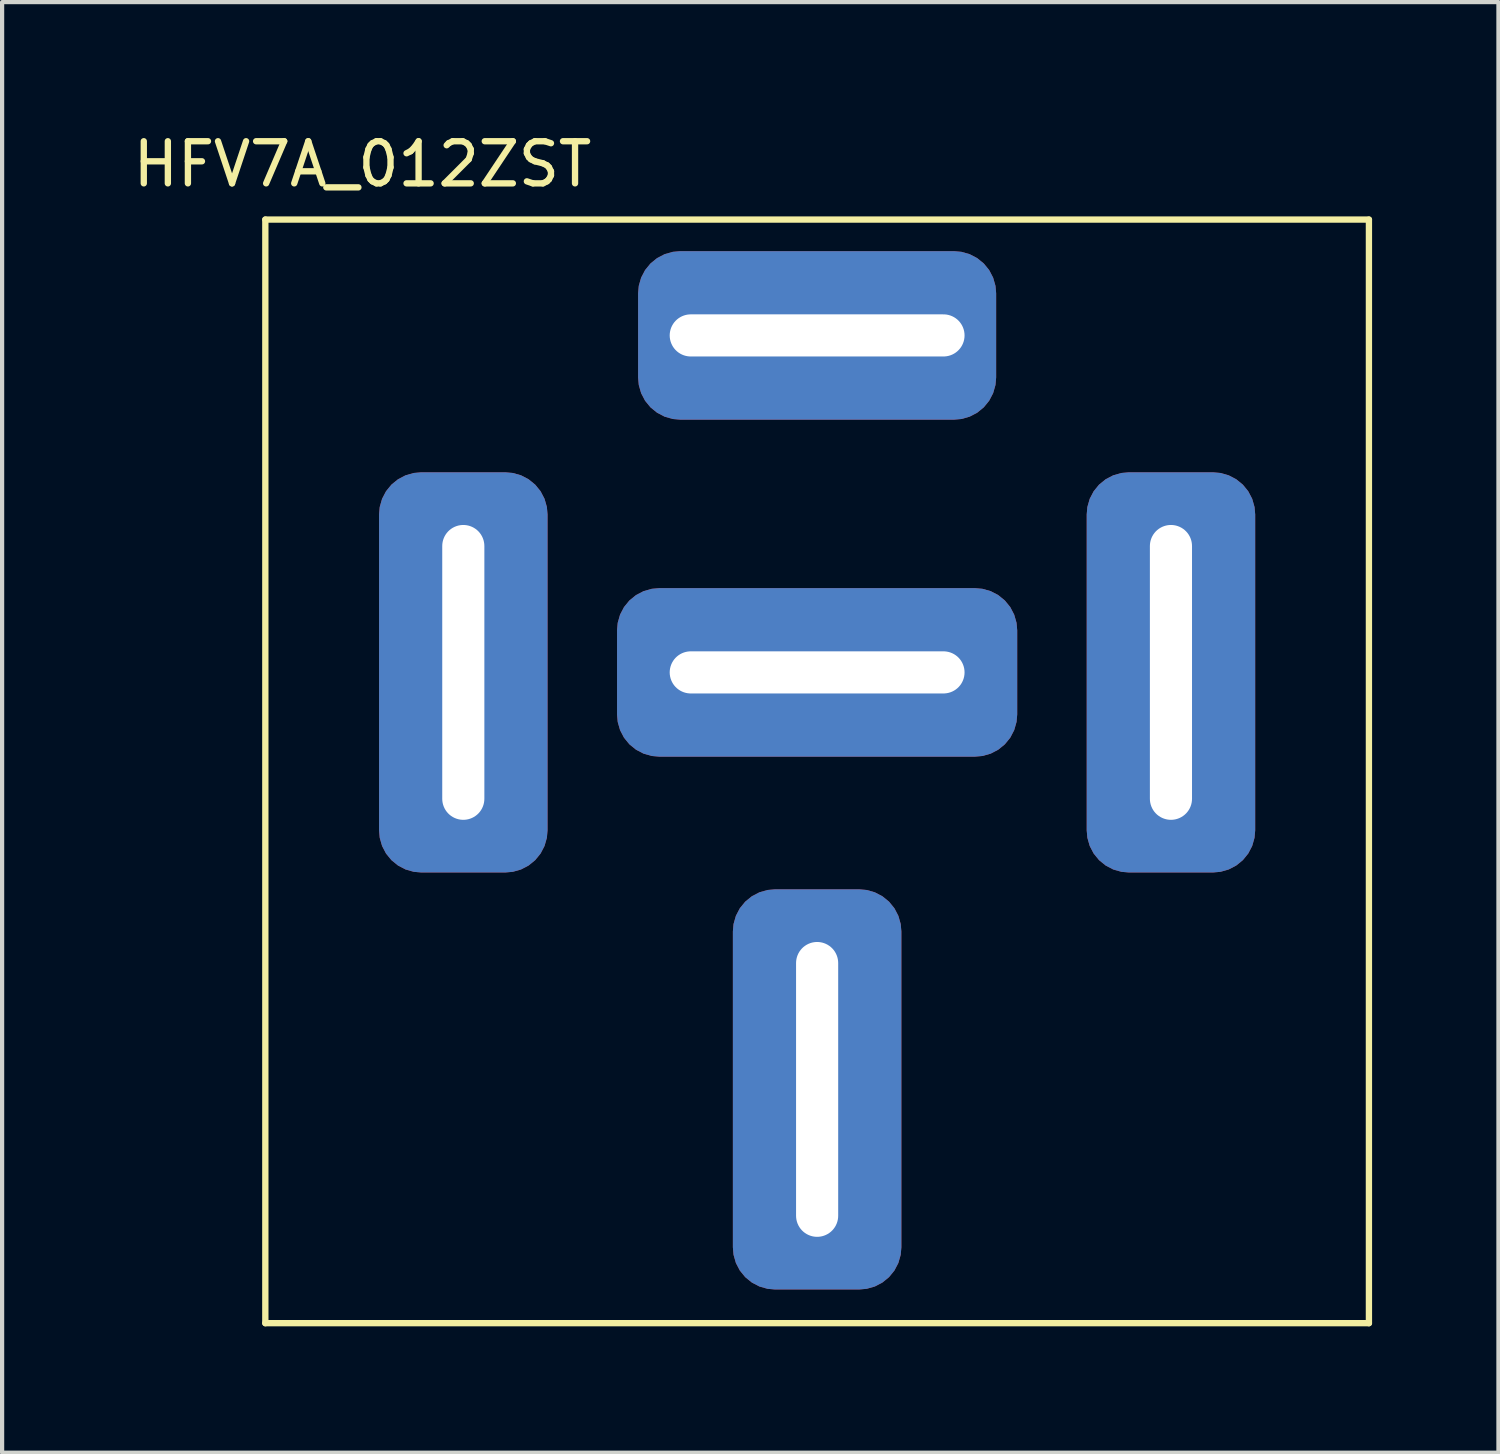
<source format=kicad_pcb>
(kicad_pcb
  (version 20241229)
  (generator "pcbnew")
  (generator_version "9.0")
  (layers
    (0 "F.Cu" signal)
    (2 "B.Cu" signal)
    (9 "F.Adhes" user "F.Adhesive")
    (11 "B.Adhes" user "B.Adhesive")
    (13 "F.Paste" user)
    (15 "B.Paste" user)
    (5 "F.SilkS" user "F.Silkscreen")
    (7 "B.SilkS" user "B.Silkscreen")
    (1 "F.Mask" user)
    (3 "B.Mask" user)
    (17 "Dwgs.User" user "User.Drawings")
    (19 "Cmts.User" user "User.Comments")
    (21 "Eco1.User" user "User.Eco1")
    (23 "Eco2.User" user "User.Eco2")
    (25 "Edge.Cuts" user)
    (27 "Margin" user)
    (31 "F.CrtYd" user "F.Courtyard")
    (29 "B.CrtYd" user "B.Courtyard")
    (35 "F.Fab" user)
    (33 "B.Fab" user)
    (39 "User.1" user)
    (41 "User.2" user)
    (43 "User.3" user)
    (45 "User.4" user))
  (footprint "HFV7A_012ZST"
    (layer "F.Cu")
    (at 16.349 12.913)
    (property "Reference" "HFV7A_012ZST" (at -10.795 -12.065 0) (layer "F.SilkS") (effects (font (size 1 1) (thickness 0.15))))
    (attr through_hole)
    (fp_line (start -13.1 -10.75) (end 13.1 -10.75) (stroke (width 0.15) (type solid)) (layer "F.SilkS"))
    (fp_line (start -13.1 15.45) (end -13.1 -10.75) (stroke (width 0.15) (type solid)) (layer "F.SilkS"))
    (fp_line (start 13.1 -10.75) (end 13.1 15.45) (stroke (width 0.15) (type solid)) (layer "F.SilkS"))
    (fp_line (start 13.1 15.45) (end -13.1 15.45) (stroke (width 0.15) (type solid)) (layer "F.SilkS"))
    (pad "30" thru_hole roundrect (at -8.4 0) (size 4 9.5) (drill oval 1 7) (layers "*.Cu" "*.Mask") (roundrect_rratio 0.25))
    (pad "85" thru_hole roundrect (at 8.4 0) (size 4 9.5) (drill oval 1 7) (layers "*.Cu" "*.Mask") (roundrect_rratio 0.25))
    (pad "86" thru_hole roundrect (at 0 9.9) (size 4 9.5) (drill oval 1 7) (layers "*.Cu" "*.Mask") (roundrect_rratio 0.25))
    (pad "87" thru_hole roundrect (at 0 -8 90) (size 4 8.5) (drill oval 1 7) (layers "*.Cu" "*.Mask") (roundrect_rratio 0.25))
    (pad "87a" thru_hole roundrect (at 0 0 90) (size 4 9.5) (drill oval 1 7) (layers "*.Cu" "*.Mask") (roundrect_rratio 0.25)))
  (gr_rect
    (start -3 -3)
    (end 32.524 31.438)
    (stroke (width 0.1) (type default))
    (fill no)
    (layer "Edge.Cuts")))
</source>
